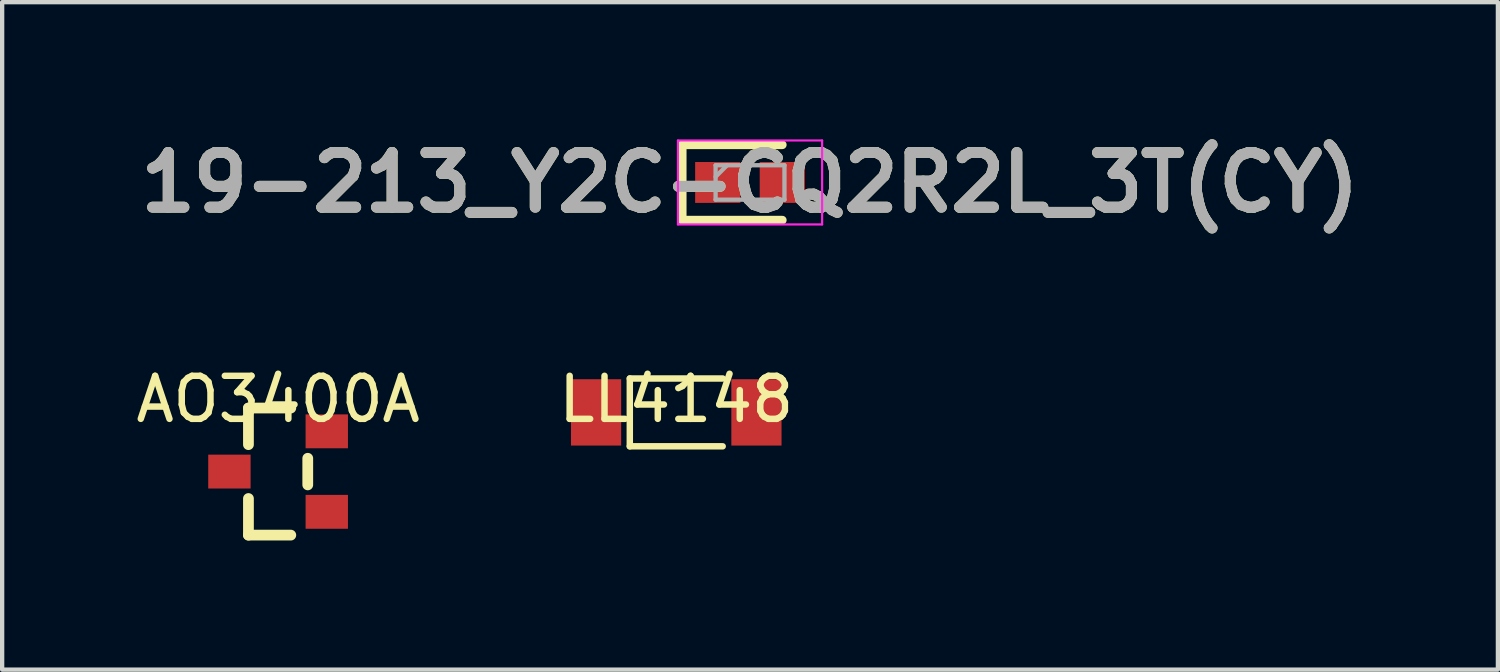
<source format=kicad_pcb>
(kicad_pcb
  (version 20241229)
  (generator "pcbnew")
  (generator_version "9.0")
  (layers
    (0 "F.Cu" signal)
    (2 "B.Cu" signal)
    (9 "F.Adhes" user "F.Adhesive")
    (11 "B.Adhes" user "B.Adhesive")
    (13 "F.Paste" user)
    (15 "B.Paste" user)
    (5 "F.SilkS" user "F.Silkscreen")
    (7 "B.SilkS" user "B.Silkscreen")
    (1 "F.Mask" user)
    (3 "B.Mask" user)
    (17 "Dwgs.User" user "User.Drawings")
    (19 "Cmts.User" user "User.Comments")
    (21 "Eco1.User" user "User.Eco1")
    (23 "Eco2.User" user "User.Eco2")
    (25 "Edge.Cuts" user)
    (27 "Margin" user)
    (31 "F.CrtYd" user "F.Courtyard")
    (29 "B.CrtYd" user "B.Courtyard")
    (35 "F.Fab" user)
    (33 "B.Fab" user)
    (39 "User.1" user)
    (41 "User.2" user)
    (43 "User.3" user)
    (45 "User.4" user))
  (footprint "19-213_Y2C-CQ2R2L_3T(CY)"
    (layer "F.Cu")
    (at 14.375 1.189)
    (property "Reference" "19-213_Y2C-CQ2R2L_3T(CY)" (at 0 0 0) (layer "F.SilkS") (effects (font (size 1.27 1.27) (thickness 0.254))))
    (attr smd)
    (fp_line (start -1.575 -0.875) (end -1.575 0.875) (stroke (width 0.2) (type solid)) (layer "F.SilkS"))
    (fp_line (start -1.575 0.875) (end 0.75 0.875) (stroke (width 0.2) (type solid)) (layer "F.SilkS"))
    (fp_line (start 0.75 -0.875) (end -1.575 -0.875) (stroke (width 0.2) (type solid)) (layer "F.SilkS"))
    (fp_line (start -1.675 -0.975) (end 1.675 -0.975) (stroke (width 0.05) (type solid)) (layer "F.CrtYd"))
    (fp_line (start -1.675 0.975) (end -1.675 -0.975) (stroke (width 0.05) (type solid)) (layer "F.CrtYd"))
    (fp_line (start 1.675 -0.975) (end 1.675 0.975) (stroke (width 0.05) (type solid)) (layer "F.CrtYd"))
    (fp_line (start 1.675 0.975) (end -1.675 0.975) (stroke (width 0.05) (type solid)) (layer "F.CrtYd"))
    (fp_line (start -0.8 -0.4) (end 0.8 -0.4) (stroke (width 0.1) (type solid)) (layer "F.Fab"))
    (fp_line (start -0.8 -0.133) (end -0.533 -0.4) (stroke (width 0.1) (type solid)) (layer "F.Fab"))
    (fp_line (start -0.8 0.4) (end -0.8 -0.4) (stroke (width 0.1) (type solid)) (layer "F.Fab"))
    (fp_line (start 0.8 -0.4) (end 0.8 0.4) (stroke (width 0.1) (type solid)) (layer "F.Fab"))
    (fp_line (start 0.8 0.4) (end -0.8 0.4) (stroke (width 0.1) (type solid)) (layer "F.Fab"))
    (fp_text user "${REFERENCE}" (at 0 0 0) (layer "F.Fab") (effects (font (size 1.27 1.27) (thickness 0.254))))
    (pad "1" smd rect (at -0.75 0 90) (size 0.95 1.05) (layers "F.Cu" "F.Mask" "F.Paste"))
    (pad "2" smd rect (at 0.75 0 90) (size 0.95 1.05) (layers "F.Cu" "F.Mask" "F.Paste")))
  (footprint "AO3400A"
    (layer "F.Cu")
    (at 3.411 7.906)
    (property "Reference" "AO3400A" (at 0 -1.68 0) (layer "F.SilkS") (effects (font (size 1 1) (thickness 0.15))))
    (attr through_hole)
    (fp_line (start -0.689 -1.476) (end 0.295 -1.476) (stroke (width 0.25) (type solid)) (layer "F.SilkS"))
    (fp_line (start -0.689 -0.626) (end -0.689 -1.476) (stroke (width 0.25) (type solid)) (layer "F.SilkS"))
    (fp_line (start -0.689 1.476) (end -0.689 0.626) (stroke (width 0.25) (type solid)) (layer "F.SilkS"))
    (fp_line (start -0.689 1.476) (end 0.295 1.476) (stroke (width 0.25) (type solid)) (layer "F.SilkS"))
    (fp_line (start 0.689 0.309) (end 0.689 -0.309) (stroke (width 0.25) (type solid)) (layer "F.SilkS"))
    (pad "1" smd rect (at 1.131 0.935) (size 0.984 0.787) (layers "F.Cu" "F.Mask" "F.Paste"))
    (pad "2" smd rect (at 1.131 -0.935) (size 0.984 0.787) (layers "F.Cu" "F.Mask" "F.Paste"))
    (pad "3" smd rect (at -1.131 -0.00005) (size 0.984 0.787) (layers "F.Cu" "F.Mask" "F.Paste")))
  (footprint "LL4148"
    (layer "F.Cu")
    (at 12.661 6.531)
    (property "Reference" "LL4148" (at 0 -0.305 0) (layer "F.SilkS") (effects (font (size 1 1) (thickness 0.15))))
    (attr through_hole)
    (fp_line (start -1.079 -0.788) (end -1.079 0.788) (stroke (width 0.15) (type solid)) (layer "F.SilkS"))
    (fp_line (start -1.079 -0.788) (end 1.079 -0.788) (stroke (width 0.15) (type solid)) (layer "F.SilkS"))
    (fp_line (start -1.079 0.788) (end 1.079 0.788) (stroke (width 0.15) (type solid)) (layer "F.SilkS"))
    (pad "1" smd rect (at 1.863 0) (size 1.166 1.541) (layers "F.Cu" "F.Mask" "F.Paste"))
    (pad "2" smd rect (at -1.863 0) (size 1.166 1.541) (layers "F.Cu" "F.Mask" "F.Paste")))
  (gr_rect
    (start -3 -3)
    (end 31.75 12.507)
    (stroke (width 0.1) (type default))
    (fill no)
    (layer "Edge.Cuts")))
</source>
